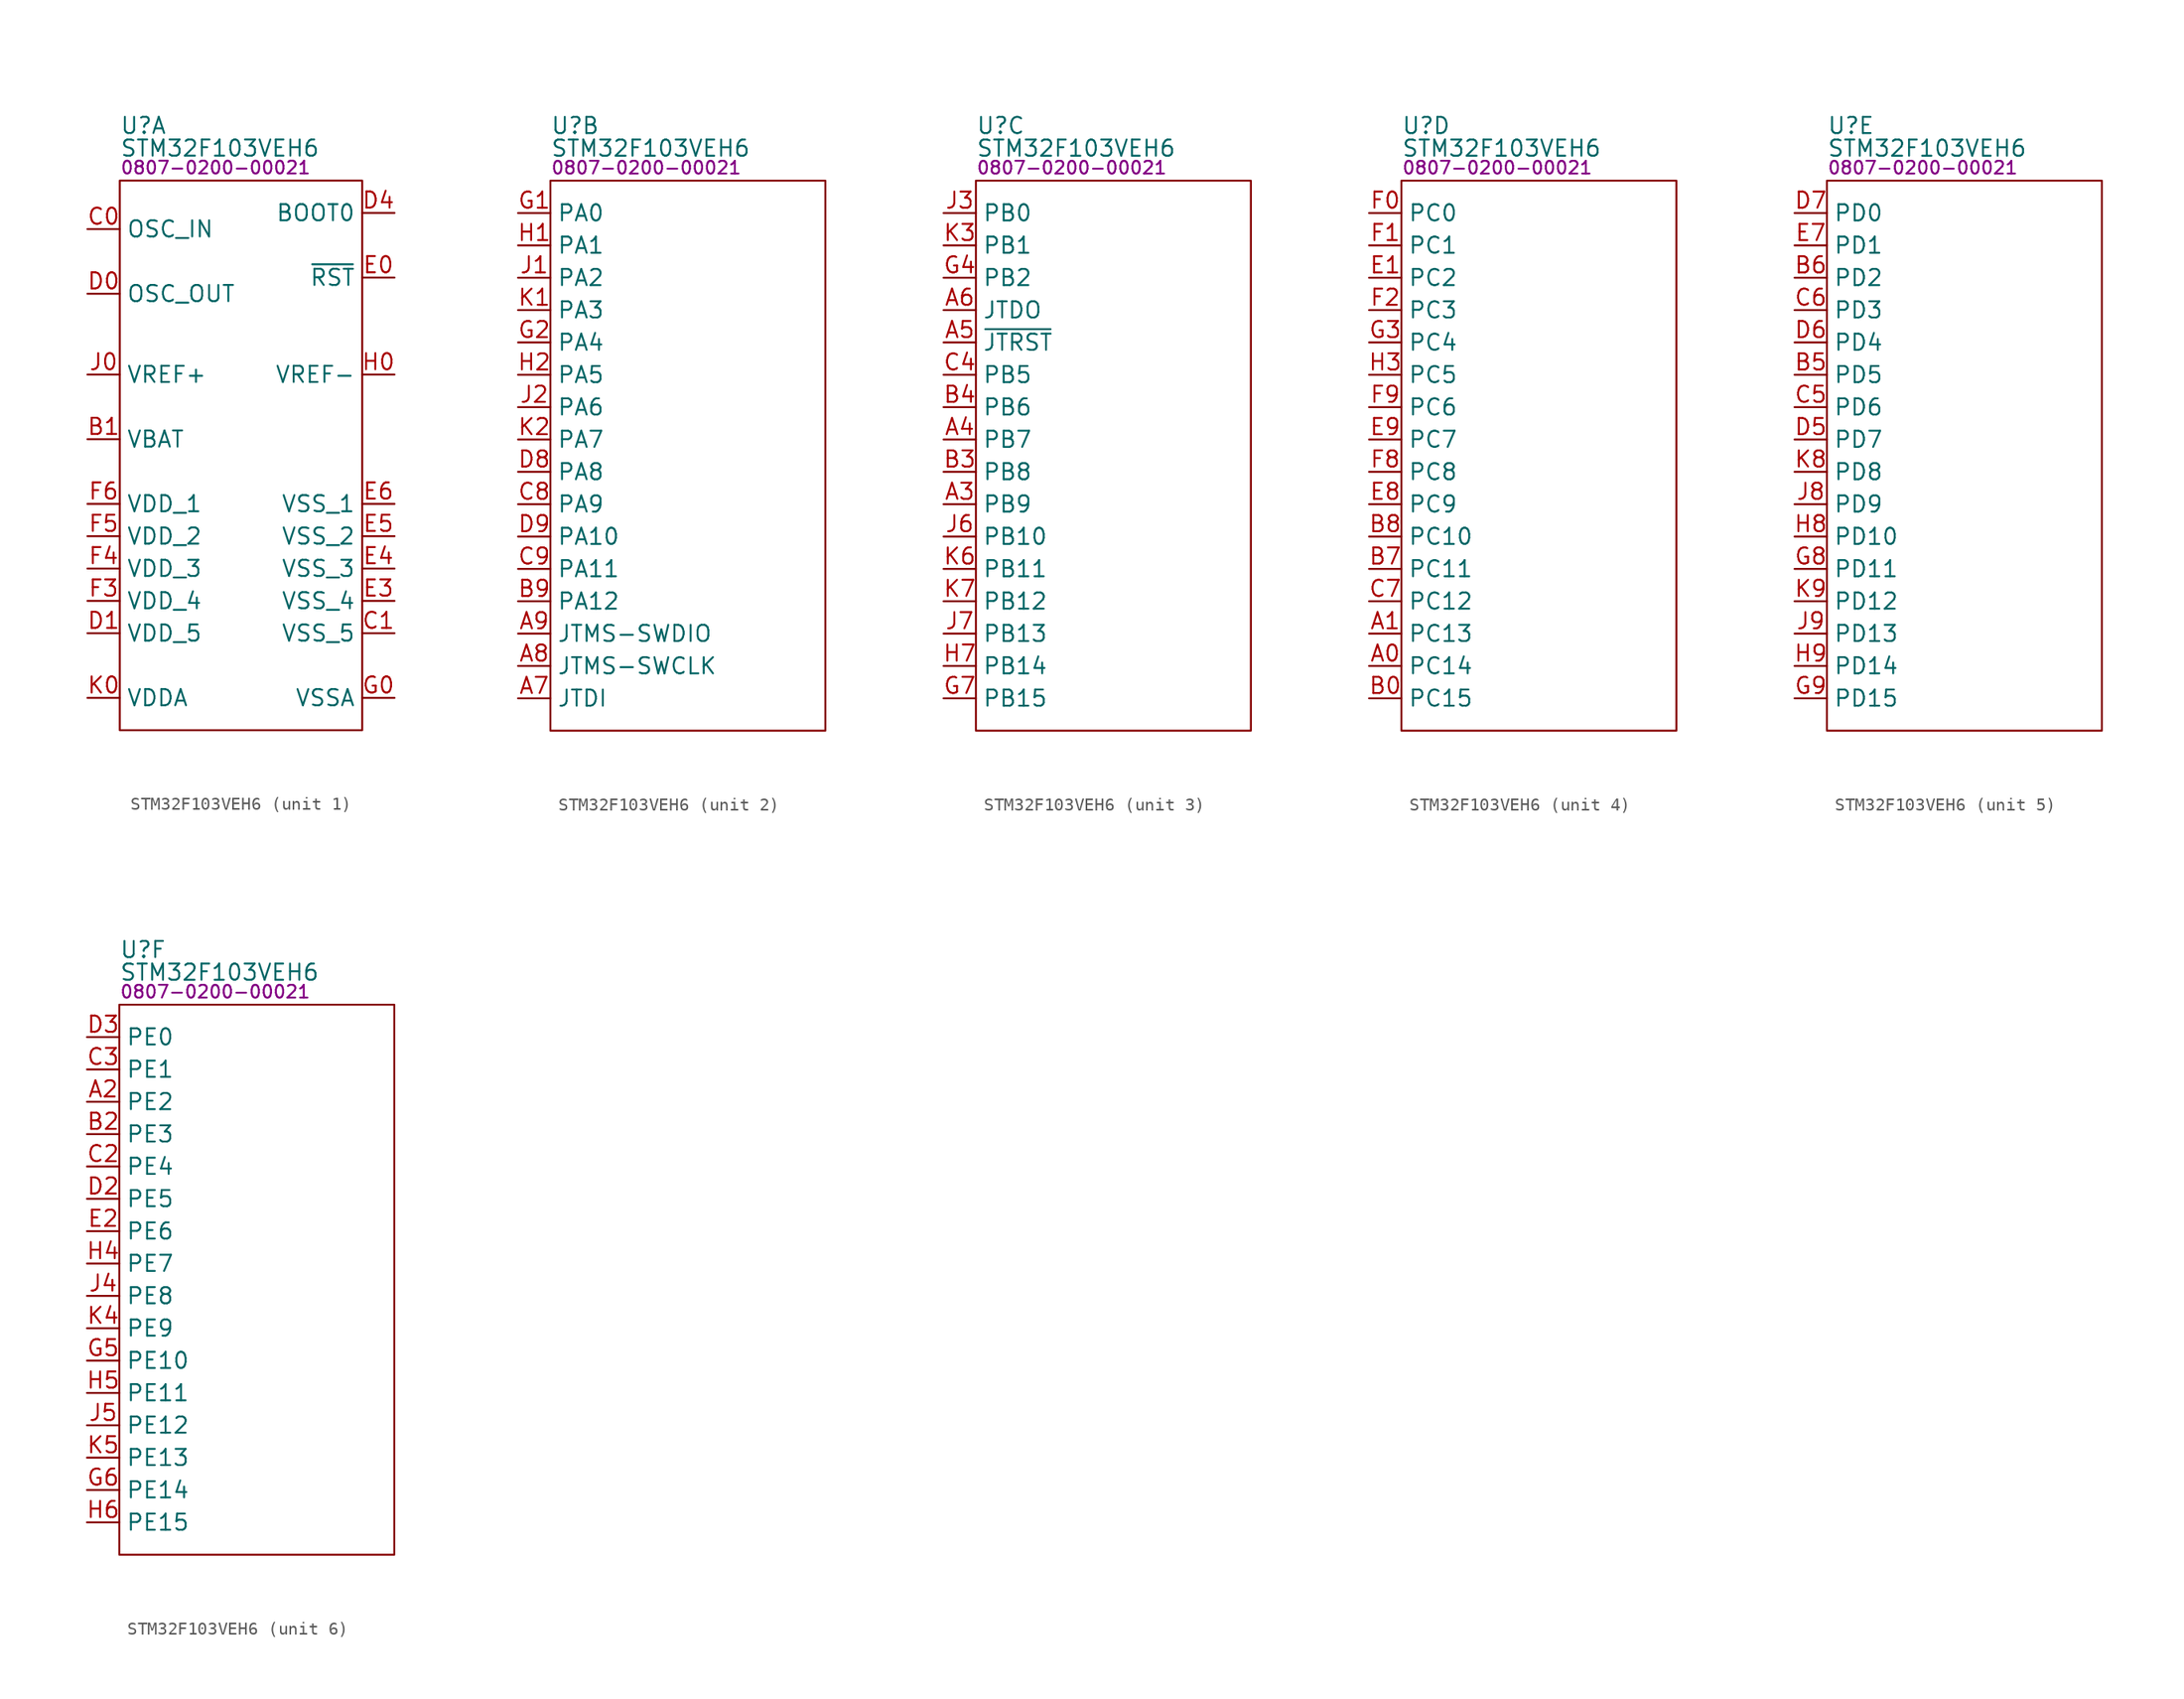
<source format=kicad_sym>
(kicad_symbol_lib
  (version 20231120)
  (generator "kicad_symbol_editor")
  (generator_version "8.0")
  (symbol "STM32F103VEH6"
    (property "Reference" "U"
      (at 0 4.318 0)
      (effects (font (size 1.27 1.27)) (justify left)))
    (property "Value" "STM32F103VEH6"
      (at 0 2.54 0)
      (effects (font (size 1.27 1.27)) (justify left)))
    (property "PartNumber" "0807-0200-00021"
      (at 0 1.016 0)
      (effects (font (size 1 1)) (justify left)))
    (symbol "STM32F103VEH6_1_0"
      (rectangle (start 0 0) (end 19.05 -43.18) (stroke (width 0) (type default)) (fill (type none)))
      (pin power_in line (at -2.54 -20.32 0) (length 2.54) (name "VBAT" (effects (font (size 1.27 1.27)))) (number "B1" (effects (font (size 1.27 1.27)))))
      (pin input line (at -2.54 -3.81 0) (length 2.54) (name "OSC_IN" (effects (font (size 1.27 1.27)))) (number "C0" (effects (font (size 1.27 1.27)))) (alternate "(CAN_RX)" output line) (alternate "FSMC_D2" input line))
      (pin power_in line (at 21.59 -35.56 180) (length 2.54) (name "VSS_5" (effects (font (size 1.27 1.27)))) (number "C1" (effects (font (size 1.27 1.27)))))
      (pin output line (at -2.54 -8.89 0) (length 2.54) (name "OSC_OUT" (effects (font (size 1.27 1.27)))) (number "D0" (effects (font (size 1.27 1.27)))) (alternate "(CAN_TX)" output line) (alternate "FSMC_D3" input line))
      (pin power_in line (at -2.54 -35.56 0) (length 2.54) (name "VDD_5" (effects (font (size 1.27 1.27)))) (number "D1" (effects (font (size 1.27 1.27)))))
      (pin passive line (at 21.59 -2.54 180) (length 2.54) (name "BOOT0" (effects (font (size 1.27 1.27)))) (number "D4" (effects (font (size 1.27 1.27)))))
      (pin input line (at 21.59 -7.62 180) (length 2.54) (name "~{RST}" (effects (font (size 1.27 1.27)))) (number "E0" (effects (font (size 1.27 1.27)))))
      (pin power_in line (at 21.59 -33.02 180) (length 2.54) (name "VSS_4" (effects (font (size 1.27 1.27)))) (number "E3" (effects (font (size 1.27 1.27)))))
      (pin power_in line (at 21.59 -30.48 180) (length 2.54) (name "VSS_3" (effects (font (size 1.27 1.27)))) (number "E4" (effects (font (size 1.27 1.27)))))
      (pin power_in line (at 21.59 -27.94 180) (length 2.54) (name "VSS_2" (effects (font (size 1.27 1.27)))) (number "E5" (effects (font (size 1.27 1.27)))))
      (pin power_in line (at 21.59 -25.4 180) (length 2.54) (name "VSS_1" (effects (font (size 1.27 1.27)))) (number "E6" (effects (font (size 1.27 1.27)))))
      (pin power_in line (at -2.54 -33.02 0) (length 2.54) (name "VDD_4" (effects (font (size 1.27 1.27)))) (number "F3" (effects (font (size 1.27 1.27)))))
      (pin power_in line (at -2.54 -30.48 0) (length 2.54) (name "VDD_3" (effects (font (size 1.27 1.27)))) (number "F4" (effects (font (size 1.27 1.27)))))
      (pin power_in line (at -2.54 -27.94 0) (length 2.54) (name "VDD_2" (effects (font (size 1.27 1.27)))) (number "F5" (effects (font (size 1.27 1.27)))))
      (pin power_in line (at -2.54 -25.4 0) (length 2.54) (name "VDD_1" (effects (font (size 1.27 1.27)))) (number "F6" (effects (font (size 1.27 1.27)))))
      (pin no_connect line (at 8.89 -41.91 90) (length 2.54) hide (name "NC" (effects (font (size 1.27 1.27)))) (number "F7" (effects (font (size 1.27 1.27)))))
      (pin power_in line (at 21.59 -40.64 180) (length 2.54) (name "VSSA" (effects (font (size 1.27 1.27)))) (number "G0" (effects (font (size 1.27 1.27)))))
      (pin power_in line (at 21.59 -15.24 180) (length 2.54) (name "VREF-" (effects (font (size 1.27 1.27)))) (number "H0" (effects (font (size 1.27 1.27)))))
      (pin power_in line (at -2.54 -15.24 0) (length 2.54) (name "VREF+" (effects (font (size 1.27 1.27)))) (number "J0" (effects (font (size 1.27 1.27)))))
      (pin power_in line (at -2.54 -40.64 0) (length 2.54) (name "VDDA" (effects (font (size 1.27 1.27)))) (number "K0" (effects (font (size 1.27 1.27))))))
    (symbol "STM32F103VEH6_2_0"
      (rectangle (start 0 0) (end 21.59 -43.18) (stroke (width 0) (type default)) (fill (type none)))
      (pin bidirectional line (at -2.54 -40.64 0) (length 2.54) (name "JTDI" (effects (font (size 1.27 1.27)))) (number "A7" (effects (font (size 1.27 1.27)))) (alternate "(PA15)" bidirectional line) (alternate "(SPI1_~{SS})" bidirectional line) (alternate "(TIM2_CH1_ET)" bidirectional line) (alternate "I2S3_WS" bidirectional line) (alternate "SPI3_~{SS}" bidirectional line))
      (pin bidirectional line (at -2.54 -38.1 0) (length 2.54) (name "JTMS-SWCLK" (effects (font (size 1.27 1.27)))) (number "A8" (effects (font (size 1.27 1.27)))) (alternate "(PA14)" bidirectional line))
      (pin bidirectional line (at -2.54 -35.56 0) (length 2.54) (name "JTMS-SWDIO" (effects (font (size 1.27 1.27)))) (number "A9" (effects (font (size 1.27 1.27)))) (alternate "(PA13)" bidirectional line))
      (pin bidirectional line (at -2.54 -33.02 0) (length 2.54) (name "PA12" (effects (font (size 1.27 1.27)))) (number "B9" (effects (font (size 1.27 1.27)))) (alternate "CAN_TX" bidirectional line) (alternate "TIM1_ETR" bidirectional line) (alternate "USART1_RTS" bidirectional line) (alternate "USBD+" bidirectional line))
      (pin bidirectional line (at -2.54 -25.4 0) (length 2.54) (name "PA9" (effects (font (size 1.27 1.27)))) (number "C8" (effects (font (size 1.27 1.27)))) (alternate "TIM1_CH2" bidirectional line) (alternate "USART1_TX" bidirectional line))
      (pin bidirectional line (at -2.54 -30.48 0) (length 2.54) (name "PA11" (effects (font (size 1.27 1.27)))) (number "C9" (effects (font (size 1.27 1.27)))) (alternate "CAN_RX" bidirectional line) (alternate "TIM1_CH4" bidirectional line) (alternate "USART1_CTS" bidirectional line) (alternate "USBD-" bidirectional line))
      (pin bidirectional line (at -2.54 -22.86 0) (length 2.54) (name "PA8" (effects (font (size 1.27 1.27)))) (number "D8" (effects (font (size 1.27 1.27)))) (alternate "MCO" bidirectional line) (alternate "TIM1_CH1" bidirectional line) (alternate "USART1_CK" bidirectional line))
      (pin bidirectional line (at -2.54 -27.94 0) (length 2.54) (name "PA10" (effects (font (size 1.27 1.27)))) (number "D9" (effects (font (size 1.27 1.27)))) (alternate "TIM1_CH3" bidirectional line) (alternate "USART1_RX" bidirectional line))
      (pin bidirectional line (at -2.54 -2.54 0) (length 2.54) (name "PA0" (effects (font (size 1.27 1.27)))) (number "G1" (effects (font (size 1.27 1.27)))) (alternate "ADC_IN0" input line) (alternate "TIM2_CH1_ETR" bidirectional line) (alternate "TIM5_CH1" bidirectional line) (alternate "TIM8_ETR" bidirectional line) (alternate "USART2_CTS" bidirectional line) (alternate "WAKE-UP" input line))
      (pin bidirectional line (at -2.54 -12.7 0) (length 2.54) (name "PA4" (effects (font (size 1.27 1.27)))) (number "G2" (effects (font (size 1.27 1.27)))) (alternate "ADC_IN4" input line) (alternate "DAC_OUT2" output line) (alternate "SPI1_~{SS}" output line) (alternate "USART2_CK" output line))
      (pin bidirectional line (at -2.54 -5.08 0) (length 2.54) (name "PA1" (effects (font (size 1.27 1.27)))) (number "H1" (effects (font (size 1.27 1.27)))) (alternate "ADC_IN1" input line) (alternate "TIM2_CH2" bidirectional line) (alternate "TIM5_CH2" bidirectional line) (alternate "USART2_RTS" bidirectional line))
      (pin bidirectional line (at -2.54 -15.24 0) (length 2.54) (name "PA5" (effects (font (size 1.27 1.27)))) (number "H2" (effects (font (size 1.27 1.27)))) (alternate "ADC_IN5" input line) (alternate "DAC_OUT2" output line) (alternate "SPI1_SCK" output line))
      (pin bidirectional line (at -2.54 -7.62 0) (length 2.54) (name "PA2" (effects (font (size 1.27 1.27)))) (number "J1" (effects (font (size 1.27 1.27)))) (alternate "ADC_IN2" bidirectional line) (alternate "TIM2_CH3" bidirectional line) (alternate "TIM5_CH3" bidirectional line) (alternate "USART2_TX" bidirectional line))
      (pin bidirectional line (at -2.54 -17.78 0) (length 2.54) (name "PA6" (effects (font (size 1.27 1.27)))) (number "J2" (effects (font (size 1.27 1.27)))) (alternate "(TIM8_BKIN)" bidirectional line) (alternate "ADC_IN6" input line) (alternate "SPI1_CIPO" input line) (alternate "TIM1_BKIN" bidirectional line) (alternate "TIM3_CH1" bidirectional line))
      (pin bidirectional line (at -2.54 -10.16 0) (length 2.54) (name "PA3" (effects (font (size 1.27 1.27)))) (number "K1" (effects (font (size 1.27 1.27)))) (alternate "ADC_IN3" input line) (alternate "TIM2_CH4" bidirectional line) (alternate "TIM5_CH4" bidirectional line) (alternate "USART2_RX" output line))
      (pin bidirectional line (at -2.54 -20.32 0) (length 2.54) (name "PA7" (effects (font (size 1.27 1.27)))) (number "K2" (effects (font (size 1.27 1.27)))) (alternate "(TIM1_CH1N)" bidirectional line) (alternate "ADC_IN7" input line) (alternate "SPI1_COPI" output line) (alternate "TIM1_CH1N" bidirectional line) (alternate "TIM3_CH2" bidirectional line) (alternate "TIM8_CH1N" bidirectional line)))
    (symbol "STM32F103VEH6_3_0"
      (rectangle (start 0 0) (end 21.59 -43.18) (stroke (width 0) (type default)) (fill (type none)))
      (pin bidirectional line (at -2.54 -25.4 0) (length 2.54) (name "PB9" (effects (font (size 1.27 1.27)))) (number "A3" (effects (font (size 1.27 1.27)))) (alternate "(CAN_TX)" bidirectional line) (alternate "(I2C1_SDA)" bidirectional line) (alternate "SDIO_D5" bidirectional line) (alternate "TIM4_CH4" bidirectional line))
      (pin bidirectional line (at -2.54 -20.32 0) (length 2.54) (name "PB7" (effects (font (size 1.27 1.27)))) (number "A4" (effects (font (size 1.27 1.27)))) (alternate "(USART1_RX)" bidirectional line) (alternate "FSMC_~{ADV}" bidirectional line) (alternate "I2C1_SDA" bidirectional line) (alternate "TIM4_CH2" bidirectional line))
      (pin bidirectional line (at -2.54 -12.7 0) (length 2.54) (name "~{JTRST}" (effects (font (size 1.27 1.27)))) (number "A5" (effects (font (size 1.27 1.27)))) (alternate "(PB4)" bidirectional line) (alternate "(SPI1_CIPO)" bidirectional line) (alternate "(TIM3_CH1)" bidirectional line) (alternate "SPI3_CIPO" bidirectional line))
      (pin bidirectional line (at -2.54 -10.16 0) (length 2.54) (name "JTDO" (effects (font (size 1.27 1.27)))) (number "A6" (effects (font (size 1.27 1.27)))) (alternate "(PB3)" bidirectional line) (alternate "(SPI1_SCK)" bidirectional line) (alternate "(TIM2_CH2)" bidirectional line) (alternate "(TRACES_WO)" bidirectional line) (alternate "I2S3_CK" bidirectional line) (alternate "SPI3_SCK" bidirectional line))
      (pin bidirectional line (at -2.54 -22.86 0) (length 2.54) (name "PB8" (effects (font (size 1.27 1.27)))) (number "B3" (effects (font (size 1.27 1.27)))) (alternate "(CAN_RX)" bidirectional line) (alternate "(I2C1_SCL)" bidirectional line) (alternate "SDIO_D4" bidirectional line) (alternate "TIM4_CH3" bidirectional line))
      (pin bidirectional line (at -2.54 -17.78 0) (length 2.54) (name "PB6" (effects (font (size 1.27 1.27)))) (number "B4" (effects (font (size 1.27 1.27)))) (alternate "(USART1_TX)" bidirectional line) (alternate "I2C1_SCL" bidirectional line) (alternate "TIM4_CH1" bidirectional line))
      (pin bidirectional line (at -2.54 -15.24 0) (length 2.54) (name "PB5" (effects (font (size 1.27 1.27)))) (number "C4" (effects (font (size 1.27 1.27)))) (alternate "(SPI1_COPI)" bidirectional line) (alternate "(TIM3_CH2)" bidirectional line) (alternate "I2C1_SMBA" bidirectional line) (alternate "I2S3_SD" bidirectional line) (alternate "SPI3_COPI" bidirectional line))
      (pin bidirectional line (at -2.54 -7.62 0) (length 2.54) (name "PB2" (effects (font (size 1.27 1.27)))) (number "G4" (effects (font (size 1.27 1.27)))) (alternate "BOOT1" input line))
      (pin bidirectional line (at -2.54 -40.64 0) (length 2.54) (name "PB15" (effects (font (size 1.27 1.27)))) (number "G7" (effects (font (size 1.27 1.27)))) (alternate "I2S2_SD" bidirectional line) (alternate "SPI2_COPI" bidirectional line) (alternate "TIM1_~{CH3}" bidirectional line))
      (pin bidirectional line (at -2.54 -38.1 0) (length 2.54) (name "PB14" (effects (font (size 1.27 1.27)))) (number "H7" (effects (font (size 1.27 1.27)))) (alternate "SPI2_CIPO" bidirectional line) (alternate "TIM1_~{CH2}" bidirectional line) (alternate "USART3_RTS" bidirectional line))
      (pin bidirectional line (at -2.54 -2.54 0) (length 2.54) (name "PB0" (effects (font (size 1.27 1.27)))) (number "J3" (effects (font (size 1.27 1.27)))) (alternate "(TIM1_~{CH2})" bidirectional line) (alternate "ADC_IN8" input line) (alternate "TIM2_~{CH2}" bidirectional line) (alternate "TIM3_CH3" bidirectional line) (alternate "TIM8_~{CH2}" bidirectional line))
      (pin bidirectional line (at -2.54 -27.94 0) (length 2.54) (name "PB10" (effects (font (size 1.27 1.27)))) (number "J6" (effects (font (size 1.27 1.27)))) (alternate "I2C2_SCL" bidirectional line) (alternate "TIM2_CH3" bidirectional line) (alternate "USART3_TX" bidirectional line))
      (pin bidirectional line (at -2.54 -35.56 0) (length 2.54) (name "PB13" (effects (font (size 1.27 1.27)))) (number "J7" (effects (font (size 1.27 1.27)))) (alternate "I2S2_CK" bidirectional line) (alternate "SPI2_SCK" bidirectional line) (alternate "TIM1_~{CH1}" bidirectional line) (alternate "USART3_CTS" bidirectional line))
      (pin bidirectional line (at -2.54 -5.08 0) (length 2.54) (name "PB1" (effects (font (size 1.27 1.27)))) (number "K3" (effects (font (size 1.27 1.27)))) (alternate "(TIM1_~{CH3})" bidirectional line) (alternate "ADC_IN9" input line) (alternate "TIM3_CH4" bidirectional line) (alternate "TIM8_~{CH3}" bidirectional line))
      (pin bidirectional line (at -2.54 -30.48 0) (length 2.54) (name "PB11" (effects (font (size 1.27 1.27)))) (number "K6" (effects (font (size 1.27 1.27)))) (alternate "I2C2_SDA" bidirectional line) (alternate "TIM2_CH4" bidirectional line) (alternate "USART3_RX" bidirectional line))
      (pin bidirectional line (at -2.54 -33.02 0) (length 2.54) (name "PB12" (effects (font (size 1.27 1.27)))) (number "K7" (effects (font (size 1.27 1.27)))) (alternate "I2C2_SMBA" bidirectional line) (alternate "I2S2_WS" bidirectional line) (alternate "SPI2_~{SS}" output line) (alternate "TIM1_BKIN" bidirectional line) (alternate "USART3_CK" bidirectional line)))
    (symbol "STM32F103VEH6_4_0"
      (rectangle (start 0 0) (end 21.59 -43.18) (stroke (width 0) (type default)) (fill (type none)))
      (pin bidirectional line (at -2.54 -38.1 0) (length 2.54) (name "PC14" (effects (font (size 1.27 1.27)))) (number "A0" (effects (font (size 1.27 1.27)))) (alternate "OSC32_IN" input clock))
      (pin bidirectional line (at -2.54 -35.56 0) (length 2.54) (name "PC13" (effects (font (size 1.27 1.27)))) (number "A1" (effects (font (size 1.27 1.27)))) (alternate "TAMPER-RTC" input line))
      (pin bidirectional line (at -2.54 -40.64 0) (length 2.54) (name "PC15" (effects (font (size 1.27 1.27)))) (number "B0" (effects (font (size 1.27 1.27)))) (alternate "OSC32_OUT" input inverted_clock))
      (pin bidirectional line (at -2.54 -30.48 0) (length 2.54) (name "PC11" (effects (font (size 1.27 1.27)))) (number "B7" (effects (font (size 1.27 1.27)))) (alternate "(USART3_RX)" bidirectional line) (alternate "SDIO_D3" bidirectional line) (alternate "UART4_RX" bidirectional line))
      (pin bidirectional line (at -2.54 -27.94 0) (length 2.54) (name "PC10" (effects (font (size 1.27 1.27)))) (number "B8" (effects (font (size 1.27 1.27)))) (alternate "(USART3_TX)" bidirectional line) (alternate "SDIO_D2" bidirectional line) (alternate "UART4_TX" bidirectional line))
      (pin bidirectional line (at -2.54 -33.02 0) (length 2.54) (name "PC12" (effects (font (size 1.27 1.27)))) (number "C7" (effects (font (size 1.27 1.27)))) (alternate "(USART3_CK)" bidirectional line) (alternate "SDIO_CK" bidirectional line) (alternate "UART5_TX" bidirectional line))
      (pin bidirectional line (at -2.54 -7.62 0) (length 2.54) (name "PC2" (effects (font (size 1.27 1.27)))) (number "E1" (effects (font (size 1.27 1.27)))) (alternate "ADC_IN12" input line))
      (pin bidirectional line (at -2.54 -25.4 0) (length 2.54) (name "PC9" (effects (font (size 1.27 1.27)))) (number "E8" (effects (font (size 1.27 1.27)))) (alternate "(TIM3_CH4)" bidirectional line) (alternate "SDIO_D1" bidirectional line) (alternate "TIM8_CH3" bidirectional line))
      (pin bidirectional line (at -2.54 -20.32 0) (length 2.54) (name "PC7" (effects (font (size 1.27 1.27)))) (number "E9" (effects (font (size 1.27 1.27)))) (alternate "(TIM3_CH2)" bidirectional line) (alternate "I2S3_MCK" bidirectional line) (alternate "SDIO_D7" bidirectional line) (alternate "TIM8_CH2" bidirectional line))
      (pin bidirectional line (at -2.54 -2.54 0) (length 2.54) (name "PC0" (effects (font (size 1.27 1.27)))) (number "F0" (effects (font (size 1.27 1.27)))) (alternate "ADC_IN10" input line))
      (pin bidirectional line (at -2.54 -5.08 0) (length 2.54) (name "PC1" (effects (font (size 1.27 1.27)))) (number "F1" (effects (font (size 1.27 1.27)))) (alternate "ADC_IN11" input line))
      (pin bidirectional line (at -2.54 -10.16 0) (length 2.54) (name "PC3" (effects (font (size 1.27 1.27)))) (number "F2" (effects (font (size 1.27 1.27)))) (alternate "ADC_IN13" input line))
      (pin bidirectional line (at -2.54 -22.86 0) (length 2.54) (name "PC8" (effects (font (size 1.27 1.27)))) (number "F8" (effects (font (size 1.27 1.27)))) (alternate "(TIM3_CH3)" bidirectional line) (alternate "SDIO_D0" bidirectional line) (alternate "TIM8_CH3" bidirectional line))
      (pin bidirectional line (at -2.54 -17.78 0) (length 2.54) (name "PC6" (effects (font (size 1.27 1.27)))) (number "F9" (effects (font (size 1.27 1.27)))) (alternate "(TIM3_CH1)" bidirectional line) (alternate "I2S2_MCK" bidirectional line) (alternate "SDIO_D6" bidirectional line) (alternate "TIM8_CH1" bidirectional line))
      (pin bidirectional line (at -2.54 -12.7 0) (length 2.54) (name "PC4" (effects (font (size 1.27 1.27)))) (number "G3" (effects (font (size 1.27 1.27)))) (alternate "ADC_IN14" input line))
      (pin bidirectional line (at -2.54 -15.24 0) (length 2.54) (name "PC5" (effects (font (size 1.27 1.27)))) (number "H3" (effects (font (size 1.27 1.27)))) (alternate "ADC_IN15" input line)))
    (symbol "STM32F103VEH6_5_0"
      (rectangle (start 0 0) (end 21.59 -43.18) (stroke (width 0) (type default)) (fill (type none)))
      (pin bidirectional line (at -2.54 -15.24 0) (length 2.54) (name "PD5" (effects (font (size 1.27 1.27)))) (number "B5" (effects (font (size 1.27 1.27)))) (alternate "(USART2_TX)" bidirectional line) (alternate "FSMC_WE" bidirectional line))
      (pin bidirectional line (at -2.54 -7.62 0) (length 2.54) (name "PD2" (effects (font (size 1.27 1.27)))) (number "B6" (effects (font (size 1.27 1.27)))) (alternate "SDIO_CMD" bidirectional line) (alternate "TIM3_ETR" bidirectional line) (alternate "UART5_RX" bidirectional line))
      (pin bidirectional line (at -2.54 -17.78 0) (length 2.54) (name "PD6" (effects (font (size 1.27 1.27)))) (number "C5" (effects (font (size 1.27 1.27)))) (alternate "(USART2_RX)" bidirectional line) (alternate "FSMC_~{WAIT}" bidirectional line))
      (pin bidirectional line (at -2.54 -10.16 0) (length 2.54) (name "PD3" (effects (font (size 1.27 1.27)))) (number "C6" (effects (font (size 1.27 1.27)))) (alternate "(USART2_CTS)" bidirectional line) (alternate "FSMC_CLK" bidirectional line))
      (pin bidirectional line (at -2.54 -20.32 0) (length 2.54) (name "PD7" (effects (font (size 1.27 1.27)))) (number "D5" (effects (font (size 1.27 1.27)))) (alternate "(USART2_CK)" bidirectional line) (alternate "FSMC_~{CE2}" bidirectional line) (alternate "FSMC_~{E1}" bidirectional line))
      (pin bidirectional line (at -2.54 -12.7 0) (length 2.54) (name "PD4" (effects (font (size 1.27 1.27)))) (number "D6" (effects (font (size 1.27 1.27)))) (alternate "(USART2_RTS)" bidirectional line) (alternate "FSMC_~{OE}" bidirectional line))
      (pin bidirectional line (at -2.54 -2.54 0) (length 2.54) (name "PD0" (effects (font (size 1.27 1.27)))) (number "D7" (effects (font (size 1.27 1.27)))))
      (pin bidirectional line (at -2.54 -5.08 0) (length 2.54) (name "PD1" (effects (font (size 1.27 1.27)))) (number "E7" (effects (font (size 1.27 1.27)))))
      (pin bidirectional line (at -2.54 -30.48 0) (length 2.54) (name "PD11" (effects (font (size 1.27 1.27)))) (number "G8" (effects (font (size 1.27 1.27)))) (alternate "(USART3_CTS)" bidirectional line) (alternate "FSMC_A16" bidirectional line))
      (pin bidirectional line (at -2.54 -40.64 0) (length 2.54) (name "PD15" (effects (font (size 1.27 1.27)))) (number "G9" (effects (font (size 1.27 1.27)))) (alternate "(TIM4_CH4)" bidirectional line) (alternate "FSMC_D1" bidirectional line))
      (pin bidirectional line (at -2.54 -27.94 0) (length 2.54) (name "PD10" (effects (font (size 1.27 1.27)))) (number "H8" (effects (font (size 1.27 1.27)))) (alternate "(USART3_CK)" bidirectional line) (alternate "FSMC_D15" bidirectional line))
      (pin bidirectional line (at -2.54 -38.1 0) (length 2.54) (name "PD14" (effects (font (size 1.27 1.27)))) (number "H9" (effects (font (size 1.27 1.27)))) (alternate "(TIM4_CH3)" bidirectional line) (alternate "FSMC_D0" bidirectional line))
      (pin bidirectional line (at -2.54 -25.4 0) (length 2.54) (name "PD9" (effects (font (size 1.27 1.27)))) (number "J8" (effects (font (size 1.27 1.27)))) (alternate "(USART3_RX)" bidirectional line) (alternate "FSMC_D14" bidirectional line))
      (pin bidirectional line (at -2.54 -35.56 0) (length 2.54) (name "PD13" (effects (font (size 1.27 1.27)))) (number "J9" (effects (font (size 1.27 1.27)))) (alternate "(TIM4_CH2)" bidirectional line) (alternate "FSMC_A18" bidirectional line))
      (pin bidirectional line (at -2.54 -22.86 0) (length 2.54) (name "PD8" (effects (font (size 1.27 1.27)))) (number "K8" (effects (font (size 1.27 1.27)))) (alternate "(USART3_TX)" bidirectional line) (alternate "FSMC_D13" bidirectional line))
      (pin bidirectional line (at -2.54 -33.02 0) (length 2.54) (name "PD12" (effects (font (size 1.27 1.27)))) (number "K9" (effects (font (size 1.27 1.27)))) (alternate "(TIM4_CH1)" bidirectional line) (alternate "(USART3_RTS)" bidirectional line) (alternate "FSMC_A17" bidirectional line)))
    (symbol "STM32F103VEH6_6_0"
      (rectangle (start 0 0) (end 21.59 -43.18) (stroke (width 0) (type default)) (fill (type none)))
      (pin bidirectional line (at -2.54 -7.62 0) (length 2.54) (name "PE2" (effects (font (size 1.27 1.27)))) (number "A2" (effects (font (size 1.27 1.27)))) (alternate "FSMC_A23" output line) (alternate "TRACE_CK" output line))
      (pin bidirectional line (at -2.54 -10.16 0) (length 2.54) (name "PE3" (effects (font (size 1.27 1.27)))) (number "B2" (effects (font (size 1.27 1.27)))) (alternate "FSMC_A19" output line) (alternate "TRACE_D0" output line))
      (pin bidirectional line (at -2.54 -12.7 0) (length 2.54) (name "PE4" (effects (font (size 1.27 1.27)))) (number "C2" (effects (font (size 1.27 1.27)))) (alternate "FSMC_A20" output line) (alternate "TRACE_D1" output line))
      (pin bidirectional line (at -2.54 -5.08 0) (length 2.54) (name "PE1" (effects (font (size 1.27 1.27)))) (number "C3" (effects (font (size 1.27 1.27)))) (alternate "FSMC_~{BL1}" output line))
      (pin bidirectional line (at -2.54 -15.24 0) (length 2.54) (name "PE5" (effects (font (size 1.27 1.27)))) (number "D2" (effects (font (size 1.27 1.27)))) (alternate "FSMC_A21" output line) (alternate "TRACE_D2" output line))
      (pin bidirectional line (at -2.54 -2.54 0) (length 2.54) (name "PE0" (effects (font (size 1.27 1.27)))) (number "D3" (effects (font (size 1.27 1.27)))) (alternate "FSMC_~{BL0}" output line) (alternate "TIM4_ETR" bidirectional line))
      (pin bidirectional line (at -2.54 -17.78 0) (length 2.54) (name "PE6" (effects (font (size 1.27 1.27)))) (number "E2" (effects (font (size 1.27 1.27)))) (alternate "FSMC_A22" output line) (alternate "TRACE_D3" output line))
      (pin bidirectional line (at -2.54 -27.94 0) (length 2.54) (name "PE10" (effects (font (size 1.27 1.27)))) (number "G5" (effects (font (size 1.27 1.27)))) (alternate "(TIM1_~{CH2})" bidirectional line) (alternate "FSMC_D7" input line))
      (pin bidirectional line (at -2.54 -38.1 0) (length 2.54) (name "PE14" (effects (font (size 1.27 1.27)))) (number "G6" (effects (font (size 1.27 1.27)))) (alternate "(TIM1_CH4)" bidirectional line) (alternate "FSMC_D11" input line))
      (pin bidirectional line (at -2.54 -20.32 0) (length 2.54) (name "PE7" (effects (font (size 1.27 1.27)))) (number "H4" (effects (font (size 1.27 1.27)))) (alternate "(TIM1_ETR)" bidirectional line) (alternate "FSMC_D4" input line))
      (pin bidirectional line (at -2.54 -30.48 0) (length 2.54) (name "PE11" (effects (font (size 1.27 1.27)))) (number "H5" (effects (font (size 1.27 1.27)))) (alternate "(TIM1_CH2)" bidirectional line) (alternate "FSMC_D8" input line))
      (pin bidirectional line (at -2.54 -40.64 0) (length 2.54) (name "PE15" (effects (font (size 1.27 1.27)))) (number "H6" (effects (font (size 1.27 1.27)))) (alternate "(TIM1_BKIN)" bidirectional line) (alternate "FSMC_D12" input line))
      (pin bidirectional line (at -2.54 -22.86 0) (length 2.54) (name "PE8" (effects (font (size 1.27 1.27)))) (number "J4" (effects (font (size 1.27 1.27)))) (alternate "(TIM1_~{CH1})" bidirectional line) (alternate "FSMC_D5" input line))
      (pin bidirectional line (at -2.54 -33.02 0) (length 2.54) (name "PE12" (effects (font (size 1.27 1.27)))) (number "J5" (effects (font (size 1.27 1.27)))) (alternate "(TIM1_~{CH3})" bidirectional line) (alternate "FSMC_D9" input line))
      (pin bidirectional line (at -2.54 -25.4 0) (length 2.54) (name "PE9" (effects (font (size 1.27 1.27)))) (number "K4" (effects (font (size 1.27 1.27)))) (alternate "(TIM1_CH1)" bidirectional line) (alternate "FSMC_D6" input line))
      (pin bidirectional line (at -2.54 -35.56 0) (length 2.54) (name "PE13" (effects (font (size 1.27 1.27)))) (number "K5" (effects (font (size 1.27 1.27)))) (alternate "(TIM1_CH3)" bidirectional line) (alternate "FSMC_D10" input line)))))
</source>
